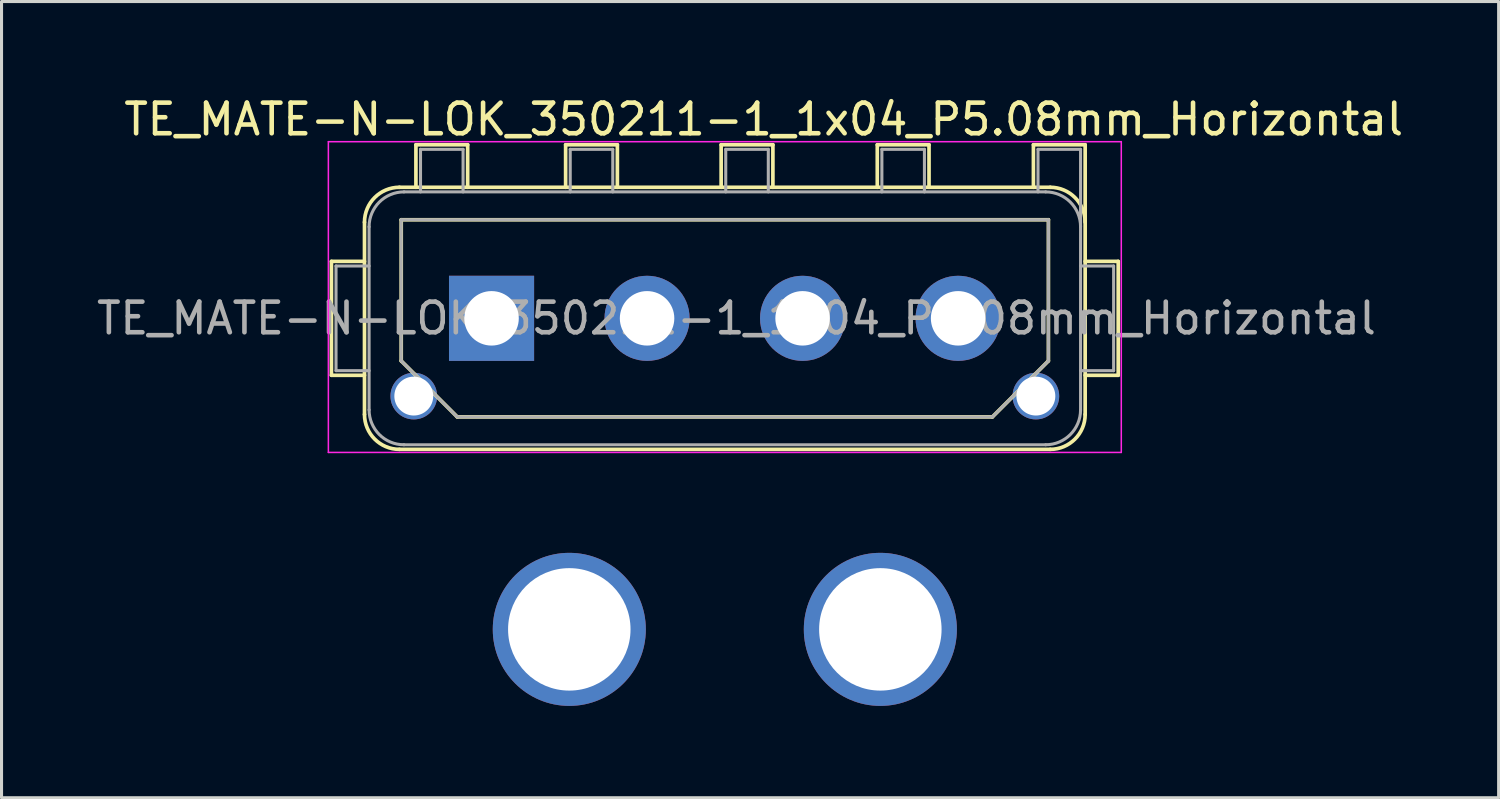
<source format=kicad_pcb>
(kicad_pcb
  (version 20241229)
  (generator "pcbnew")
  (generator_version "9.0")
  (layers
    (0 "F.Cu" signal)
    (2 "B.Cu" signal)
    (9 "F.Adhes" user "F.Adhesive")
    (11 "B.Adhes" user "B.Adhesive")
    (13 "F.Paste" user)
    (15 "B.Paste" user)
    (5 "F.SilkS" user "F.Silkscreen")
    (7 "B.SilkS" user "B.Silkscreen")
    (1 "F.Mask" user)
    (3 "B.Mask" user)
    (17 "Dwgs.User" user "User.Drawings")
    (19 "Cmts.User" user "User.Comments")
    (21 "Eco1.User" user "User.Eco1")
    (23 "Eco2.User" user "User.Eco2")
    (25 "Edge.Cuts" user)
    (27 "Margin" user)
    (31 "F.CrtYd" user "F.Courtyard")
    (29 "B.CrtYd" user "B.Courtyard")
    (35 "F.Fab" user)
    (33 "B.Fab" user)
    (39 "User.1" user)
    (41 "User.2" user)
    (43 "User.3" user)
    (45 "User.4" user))
  (footprint "TE_MATE-N-LOK_350211-1_1x04_P5.08mm_Horizontal"
    (layer "F.Cu")
    (at 13.006 7.348)
    (property "Reference" "TE_MATE-N-LOK_350211-1_1x04_P5.08mm_Horizontal" (at 8.89 -6.5 180) (layer "F.SilkS") (effects (font (size 1 1) (thickness 0.15))))
    (attr through_hole)
    (fp_line (start -5.23 -1.86) (end -4.15 -1.86) (stroke (width 0.12) (type solid)) (layer "F.SilkS"))
    (fp_line (start -5.23 1.86) (end -5.23 -1.86) (stroke (width 0.12) (type solid)) (layer "F.SilkS"))
    (fp_line (start -4.15 -3.14) (end -4.15 3.14) (stroke (width 0.12) (type solid)) (layer "F.SilkS"))
    (fp_line (start -4.15 1.86) (end -5.23 1.86) (stroke (width 0.12) (type solid)) (layer "F.SilkS"))
    (fp_line (start -3.01 4.28) (end 18.25 4.28) (stroke (width 0.12) (type solid)) (layer "F.SilkS"))
    (fp_line (start -2.95 -3.22) (end 18.19 -3.22) (stroke (width 0.12) (type solid)) (layer "F.SilkS"))
    (fp_line (start -2.95 1.39) (end -2.95 -3.22) (stroke (width 0.12) (type solid)) (layer "F.SilkS"))
    (fp_line (start -2.47 -5.67) (end -0.78 -5.67) (stroke (width 0.12) (type solid)) (layer "F.SilkS"))
    (fp_line (start -2.47 -4.28) (end -2.47 -5.67) (stroke (width 0.12) (type solid)) (layer "F.SilkS"))
    (fp_line (start -1.12 3.22) (end -2.95 1.39) (stroke (width 0.12) (type solid)) (layer "F.SilkS"))
    (fp_line (start -0.78 -5.67) (end -0.78 -4.28) (stroke (width 0.12) (type solid)) (layer "F.SilkS"))
    (fp_line (start 2.42 -5.67) (end 4.11 -5.67) (stroke (width 0.12) (type solid)) (layer "F.SilkS"))
    (fp_line (start 2.42 -4.28) (end 2.42 -5.67) (stroke (width 0.12) (type solid)) (layer "F.SilkS"))
    (fp_line (start 4.11 -5.67) (end 4.11 -4.28) (stroke (width 0.12) (type solid)) (layer "F.SilkS"))
    (fp_line (start 7.5 -5.67) (end 9.19 -5.67) (stroke (width 0.12) (type solid)) (layer "F.SilkS"))
    (fp_line (start 7.5 -4.28) (end 7.5 -5.67) (stroke (width 0.12) (type solid)) (layer "F.SilkS"))
    (fp_line (start 9.19 -5.67) (end 9.19 -4.28) (stroke (width 0.12) (type solid)) (layer "F.SilkS"))
    (fp_line (start 12.6 -5.67) (end 14.29 -5.67) (stroke (width 0.12) (type solid)) (layer "F.SilkS"))
    (fp_line (start 12.6 -4.28) (end 12.6 -5.67) (stroke (width 0.12) (type solid)) (layer "F.SilkS"))
    (fp_line (start 14.29 -5.67) (end 14.29 -4.28) (stroke (width 0.12) (type solid)) (layer "F.SilkS"))
    (fp_line (start 16.36 3.22) (end -1.12 3.22) (stroke (width 0.12) (type solid)) (layer "F.SilkS"))
    (fp_line (start 17.7 -5.67) (end 19.39 -5.67) (stroke (width 0.12) (type solid)) (layer "F.SilkS"))
    (fp_line (start 17.7 -4.28) (end 17.7 -5.67) (stroke (width 0.12) (type solid)) (layer "F.SilkS"))
    (fp_line (start 18.19 -3.22) (end 18.19 1.39) (stroke (width 0.12) (type solid)) (layer "F.SilkS"))
    (fp_line (start 18.19 1.39) (end 16.36 3.22) (stroke (width 0.12) (type solid)) (layer "F.SilkS"))
    (fp_line (start 18.25 -4.28) (end -3.01 -4.28) (stroke (width 0.12) (type solid)) (layer "F.SilkS"))
    (fp_line (start 19.39 1.86) (end 20.47 1.86) (stroke (width 0.12) (type solid)) (layer "F.SilkS"))
    (fp_line (start 19.39 3.14) (end 19.39 -5.67) (stroke (width 0.12) (type solid)) (layer "F.SilkS"))
    (fp_line (start 20.47 -1.86) (end 19.39 -1.86) (stroke (width 0.12) (type solid)) (layer "F.SilkS"))
    (fp_line (start 20.47 1.86) (end 20.47 -1.86) (stroke (width 0.12) (type solid)) (layer "F.SilkS"))
    (fp_arc (start -4.15 -3.14) (mid -3.816102 -3.946102) (end -3.01 -4.28) (stroke (width 0.12) (type solid)) (layer "F.SilkS"))
    (fp_arc (start -3.01 4.28) (mid -3.816102 3.946102) (end -4.15 3.14) (stroke (width 0.12) (type solid)) (layer "F.SilkS"))
    (fp_arc (start 18.25 -4.28) (mid 19.056102 -3.946102) (end 19.39 -3.14) (stroke (width 0.12) (type solid)) (layer "F.SilkS"))
    (fp_arc (start 19.39 3.14) (mid 19.056102 3.946102) (end 18.25 4.28) (stroke (width 0.12) (type solid)) (layer "F.SilkS"))
    (fp_line (start -5.33 -5.77) (end -5.33 4.38) (stroke (width 0.05) (type solid)) (layer "F.CrtYd"))
    (fp_line (start -5.33 4.38) (end 20.57 4.38) (stroke (width 0.05) (type solid)) (layer "F.CrtYd"))
    (fp_line (start 20.57 -5.77) (end -5.33 -5.77) (stroke (width 0.05) (type solid)) (layer "F.CrtYd"))
    (fp_line (start 20.57 4.38) (end 20.57 -5.77) (stroke (width 0.05) (type solid)) (layer "F.CrtYd"))
    (fp_line (start -5.08 -1.71) (end -4 -1.71) (stroke (width 0.1) (type solid)) (layer "F.Fab"))
    (fp_line (start -5.08 1.71) (end -5.08 -1.71) (stroke (width 0.1) (type solid)) (layer "F.Fab"))
    (fp_line (start -4 -2.99) (end -4 2.99) (stroke (width 0.1) (type solid)) (layer "F.Fab"))
    (fp_line (start -4 1.71) (end -5.08 1.71) (stroke (width 0.1) (type solid)) (layer "F.Fab"))
    (fp_line (start -2.95 -3.22) (end 18.19 -3.22) (stroke (width 0.1) (type solid)) (layer "F.Fab"))
    (fp_line (start -2.95 1.39) (end -2.95 -3.22) (stroke (width 0.1) (type solid)) (layer "F.Fab"))
    (fp_line (start -2.86 4.13) (end 18.1 4.13) (stroke (width 0.1) (type solid)) (layer "F.Fab"))
    (fp_line (start -2.32 -5.52) (end -0.93 -5.52) (stroke (width 0.1) (type solid)) (layer "F.Fab"))
    (fp_line (start -2.32 -4.13) (end -2.32 -5.52) (stroke (width 0.1) (type solid)) (layer "F.Fab"))
    (fp_line (start -1.12 3.22) (end -2.95 1.39) (stroke (width 0.1) (type solid)) (layer "F.Fab"))
    (fp_line (start -0.93 -5.52) (end -0.93 -4.13) (stroke (width 0.1) (type solid)) (layer "F.Fab"))
    (fp_line (start 2.57 -5.52) (end 3.96 -5.52) (stroke (width 0.1) (type solid)) (layer "F.Fab"))
    (fp_line (start 2.57 -4.13) (end 2.57 -5.52) (stroke (width 0.1) (type solid)) (layer "F.Fab"))
    (fp_line (start 3.96 -5.52) (end 3.96 -4.13) (stroke (width 0.1) (type solid)) (layer "F.Fab"))
    (fp_line (start 7.65 -5.52) (end 9.04 -5.52) (stroke (width 0.1) (type solid)) (layer "F.Fab"))
    (fp_line (start 7.65 -4.13) (end 7.65 -5.52) (stroke (width 0.1) (type solid)) (layer "F.Fab"))
    (fp_line (start 9.04 -5.52) (end 9.04 -4.13) (stroke (width 0.1) (type solid)) (layer "F.Fab"))
    (fp_line (start 12.75 -5.52) (end 14.14 -5.52) (stroke (width 0.1) (type solid)) (layer "F.Fab"))
    (fp_line (start 12.75 -4.13) (end 12.75 -5.52) (stroke (width 0.1) (type solid)) (layer "F.Fab"))
    (fp_line (start 14.14 -5.52) (end 14.14 -4.13) (stroke (width 0.1) (type solid)) (layer "F.Fab"))
    (fp_line (start 16.36 3.22) (end -1.12 3.22) (stroke (width 0.1) (type solid)) (layer "F.Fab"))
    (fp_line (start 17.85 -5.52) (end 19.24 -5.52) (stroke (width 0.1) (type solid)) (layer "F.Fab"))
    (fp_line (start 17.85 -4.13) (end 17.85 -5.52) (stroke (width 0.1) (type solid)) (layer "F.Fab"))
    (fp_line (start 18.1 -4.13) (end -2.86 -4.13) (stroke (width 0.1) (type solid)) (layer "F.Fab"))
    (fp_line (start 18.19 -3.22) (end 18.19 1.39) (stroke (width 0.1) (type solid)) (layer "F.Fab"))
    (fp_line (start 18.19 1.39) (end 16.36 3.22) (stroke (width 0.1) (type solid)) (layer "F.Fab"))
    (fp_line (start 19.24 1.71) (end 20.32 1.71) (stroke (width 0.1) (type solid)) (layer "F.Fab"))
    (fp_line (start 19.24 2.99) (end 19.24 -5.52) (stroke (width 0.1) (type solid)) (layer "F.Fab"))
    (fp_line (start 20.32 -1.71) (end 19.24 -1.71) (stroke (width 0.1) (type solid)) (layer "F.Fab"))
    (fp_line (start 20.32 1.71) (end 20.32 -1.71) (stroke (width 0.1) (type solid)) (layer "F.Fab"))
    (fp_arc (start -4 -2.99) (mid -3.666102 -3.796102) (end -2.86 -4.13) (stroke (width 0.1) (type solid)) (layer "F.Fab"))
    (fp_arc (start -2.86 4.13) (mid -3.666102 3.796102) (end -4 2.99) (stroke (width 0.1) (type solid)) (layer "F.Fab"))
    (fp_arc (start 18.1 -4.13) (mid 18.906102 -3.796102) (end 19.24 -2.99) (stroke (width 0.1) (type solid)) (layer "F.Fab"))
    (fp_arc (start 19.24 2.99) (mid 18.906102 3.796102) (end 18.1 4.13) (stroke (width 0.1) (type solid)) (layer "F.Fab"))
    (fp_text user "${REFERENCE}" (at 8 0 180) (layer "F.Fab") (effects (font (size 1 1) (thickness 0.15))))
    (pad "" np_thru_hole circle (at -2.54 2.54) (size 1.524 1.524) (drill 1.27) (layers "*.Cu" "*.Mask"))
    (pad "" np_thru_hole circle (at 2.54 10.16) (size 5 5) (drill 4) (layers "*.Cu" "*.Mask"))
    (pad "" np_thru_hole circle (at 12.7 10.16) (size 5 5) (drill 4) (layers "*.Cu" "*.Mask"))
    (pad "" np_thru_hole circle (at 17.78 2.54) (size 1.524 1.524) (drill 1.27) (layers "*.Cu" "*.Mask"))
    (pad "1" thru_hole rect (at 0 0) (size 2.78 2.78) (drill 1.78) (layers "*.Cu" "*.Mask"))
    (pad "2" thru_hole circle (at 5.08 0) (size 2.78 2.78) (drill 1.78) (layers "*.Cu" "*.Mask"))
    (pad "3" thru_hole circle (at 10.16 0) (size 2.78 2.78) (drill 1.78) (layers "*.Cu" "*.Mask"))
    (pad "4" thru_hole circle (at 15.24 0) (size 2.78 2.78) (drill 1.78) (layers "*.Cu" "*.Mask")))
  (gr_rect
    (start -3 -3)
    (end 45.902 23.008)
    (stroke (width 0.1) (type default))
    (fill no)
    (layer "Edge.Cuts")))
</source>
